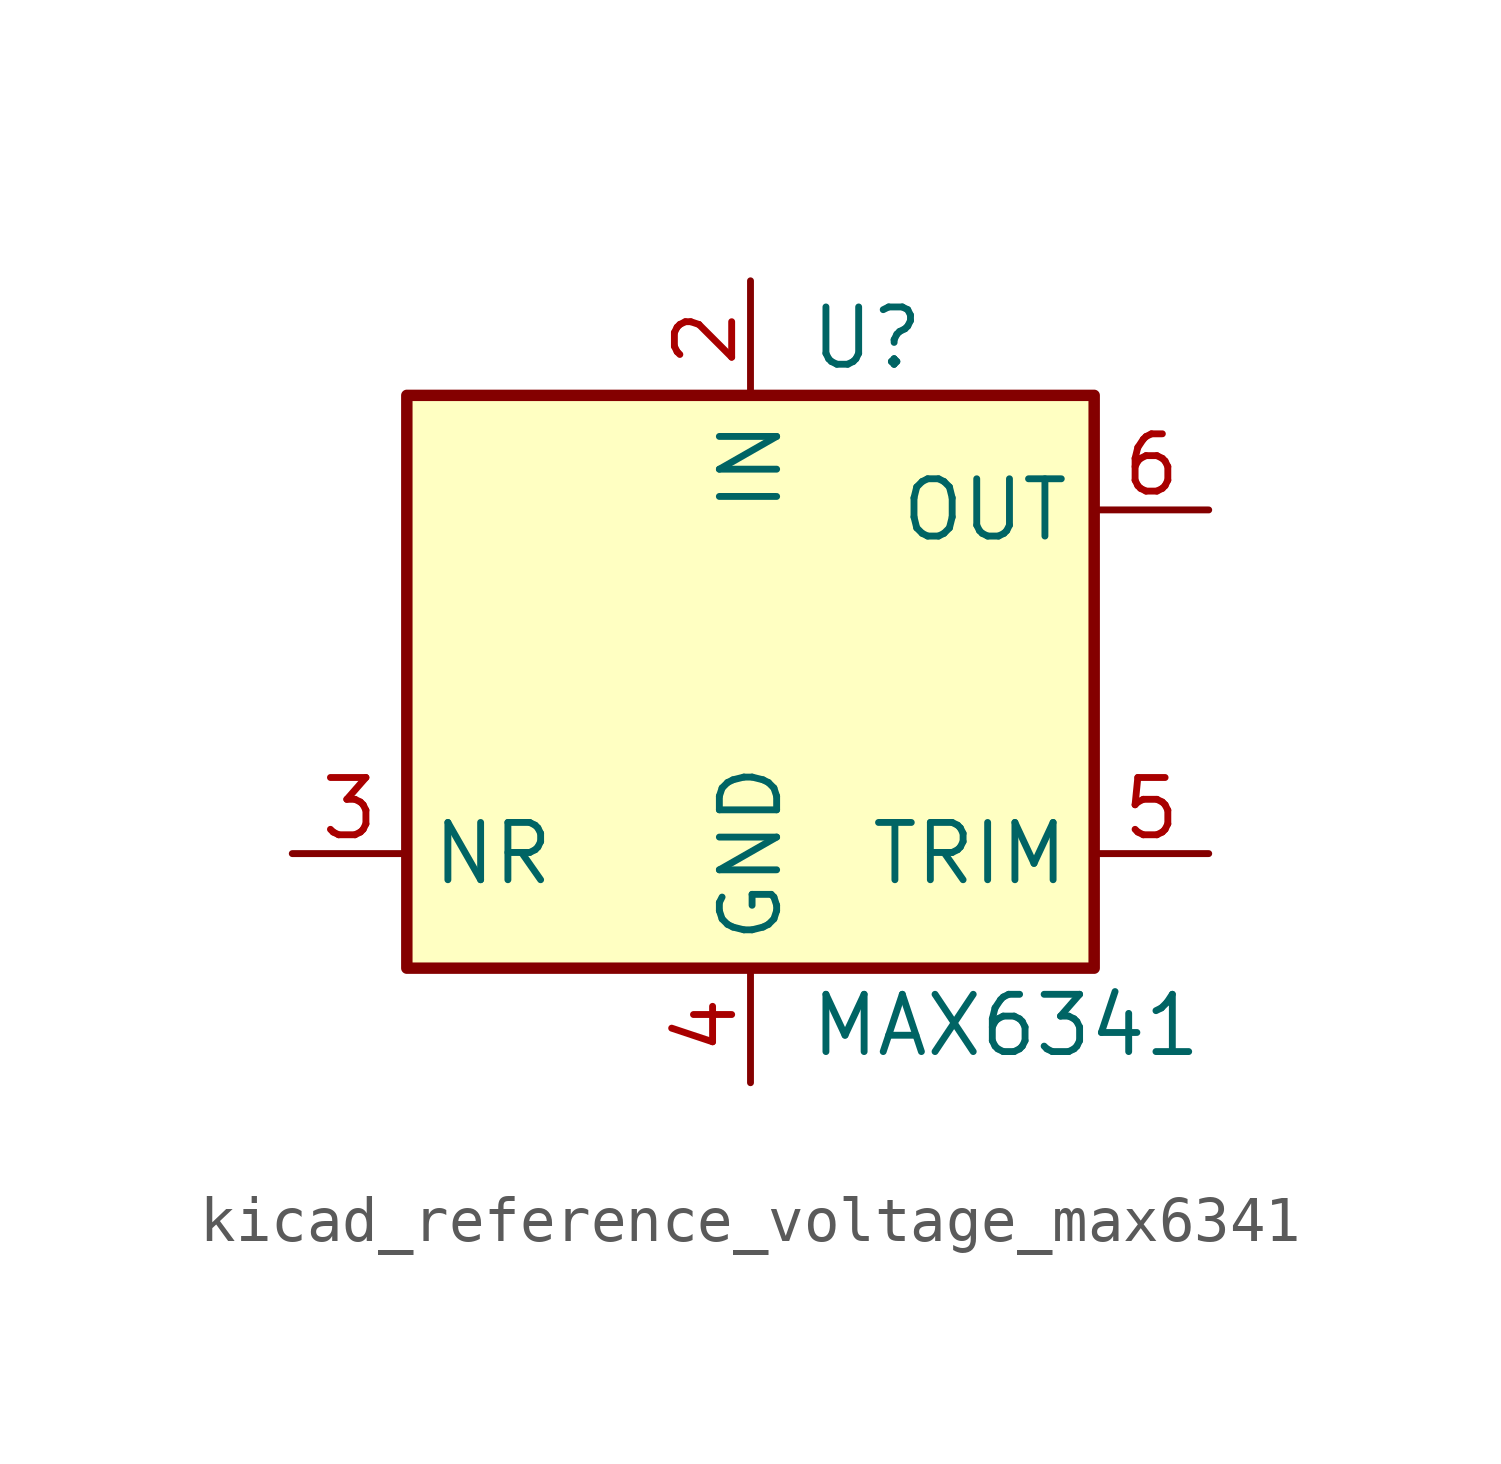
<source format=kicad_sym>
(kicad_symbol_lib
  (version 20220914)
  (generator kicad_symbol_editor)
  (symbol "kicad_reference_voltage_max6341"
    (property "Reference" "U"
      (at 1.27 6.35 0)
      (effects (font (size 1.27 1.27)) (justify left)))
    (property "Value" "MAX6341"
      (at 1.27 -8.89 0)
      (effects (font (size 1.27 1.27)) (justify left)))
    (symbol "kicad_reference_voltage_max6341_0_1"
      (rectangle (start -7.62 5.08) (end 7.62 -7.62) (stroke (width 0.254) (type default)) (fill (type background))))
    (symbol "kicad_reference_voltage_max6341_1_1"
      (pin no_connect line (at -7.62 -2.54 0) (length 2.54) hide (name "NC" (effects (font (size 1.27 1.27)))) (number "1" (effects (font (size 1.27 1.27)))))
      (pin power_in line (at 0 7.62 270) (length 2.54) (name "IN" (effects (font (size 1.27 1.27)))) (number "2" (effects (font (size 1.27 1.27)))))
      (pin passive line (at -10.16 -5.08 0) (length 2.54) (name "NR" (effects (font (size 1.27 1.27)))) (number "3" (effects (font (size 1.27 1.27)))))
      (pin power_in line (at 0 -10.16 90) (length 2.54) (name "GND" (effects (font (size 1.27 1.27)))) (number "4" (effects (font (size 1.27 1.27)))))
      (pin passive line (at 10.16 -5.08 180) (length 2.54) (name "TRIM" (effects (font (size 1.27 1.27)))) (number "5" (effects (font (size 1.27 1.27)))))
      (pin power_out line (at 10.16 2.54 180) (length 2.54) (name "OUT" (effects (font (size 1.27 1.27)))) (number "6" (effects (font (size 1.27 1.27)))))
      (pin no_connect line (at 7.62 0 180) (length 2.54) hide (name "NC" (effects (font (size 1.27 1.27)))) (number "7" (effects (font (size 1.27 1.27)))))
      (pin no_connect line (at 7.62 -2.54 180) (length 2.54) hide (name "NC" (effects (font (size 1.27 1.27)))) (number "8" (effects (font (size 1.27 1.27))))))))
</source>
